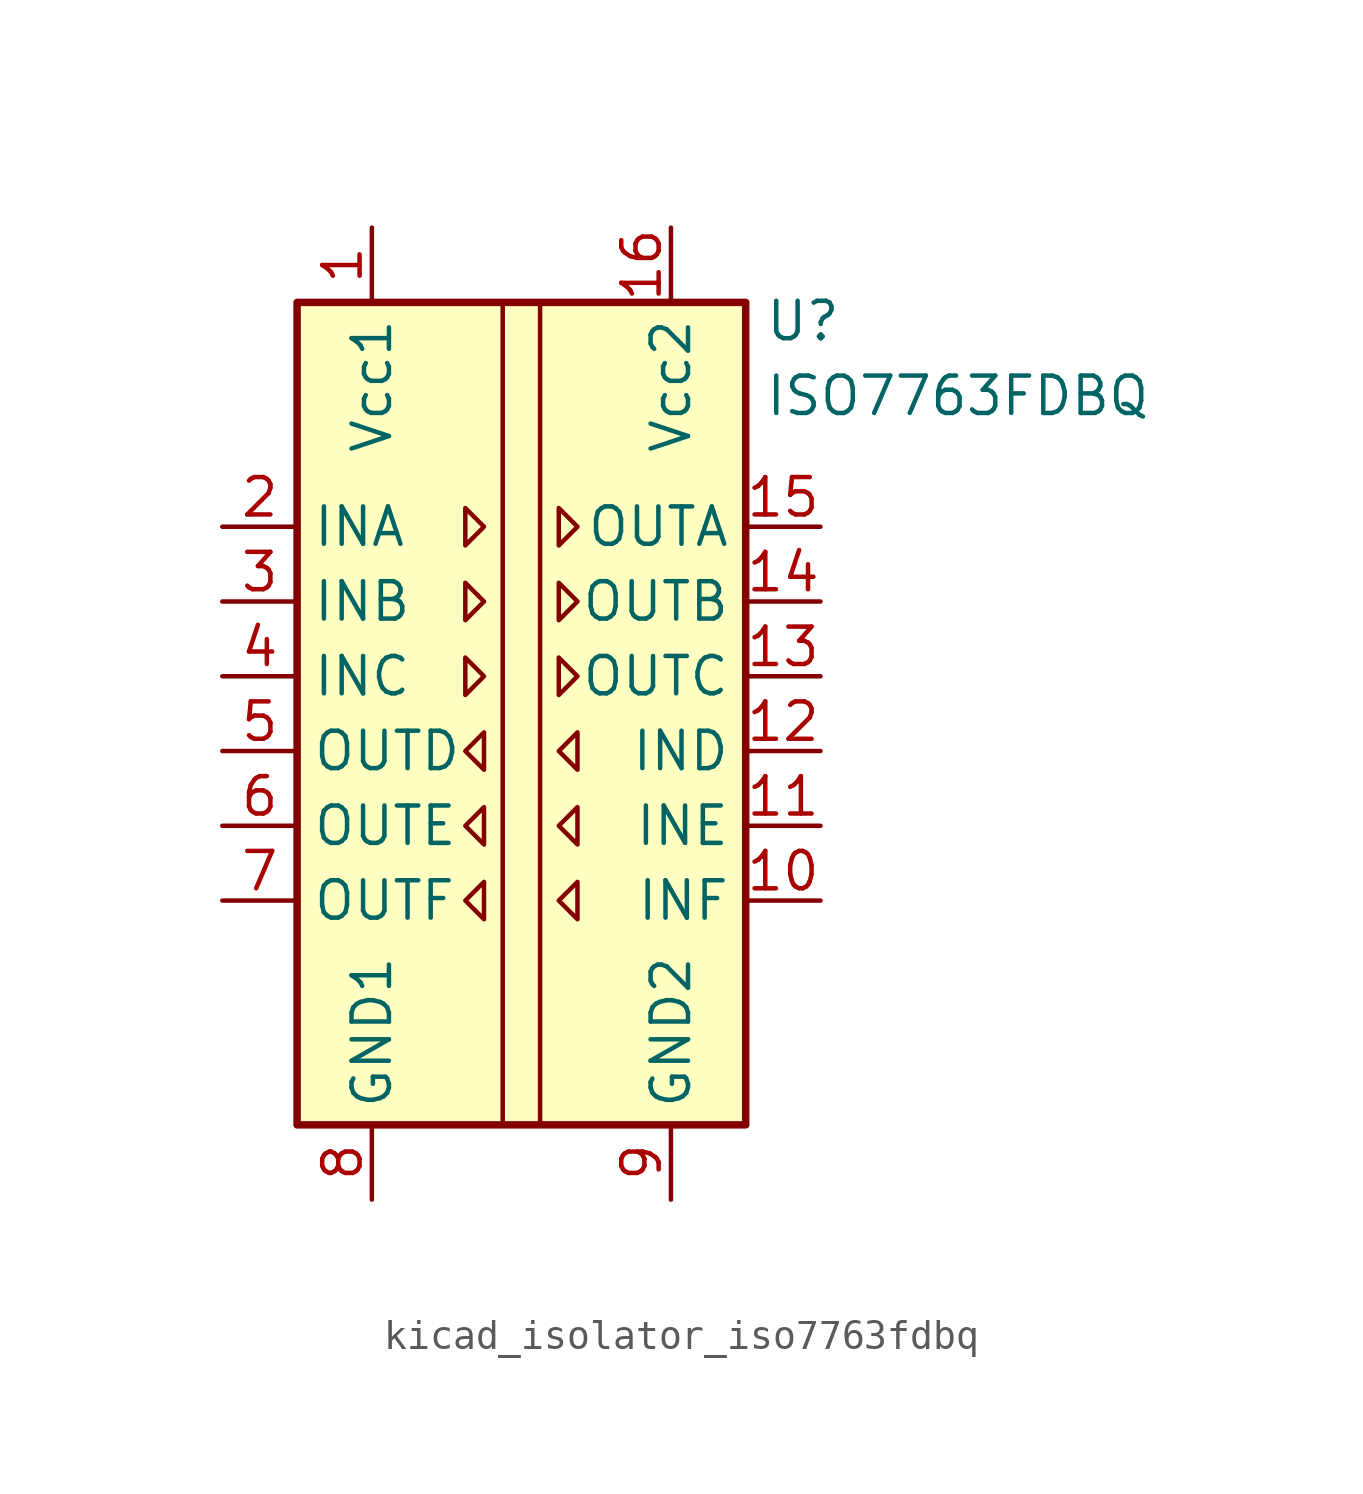
<source format=kicad_sym>
(kicad_symbol_lib
  (version 20220914)
  (generator kicad_symbol_editor)
  (symbol "kicad_isolator_iso7763fdbq"
    (property "Reference" "U"
      (at 8.255 14.605 0)
      (effects (font (size 1.27 1.27)) (justify left)))
    (property "Value" "ISO7763FDBQ"
      (at 8.255 12.065 0)
      (effects (font (size 1.27 1.27)) (justify left)))
    (symbol "kicad_isolator_iso7763fdbq_0_1"
      (rectangle (start -7.62 15.24) (end 7.62 -12.7) (stroke (width 0.254) (type default)) (fill (type background)))
      (polyline (pts (xy -0.635 15.24) (xy -0.635 -12.7)) (stroke (width 0) (type default)) (fill (type none)))
      (polyline (pts (xy 0.635 15.24) (xy 0.635 -12.7)) (stroke (width 0) (type default)) (fill (type none)))
      (polyline (pts (xy -1.905 8.255) (xy -1.27 7.62) (xy -1.905 6.985) (xy -1.905 8.255)) (stroke (width 0) (type default)) (fill (type none)))
      (polyline (pts (xy 1.27 8.255) (xy 1.905 7.62) (xy 1.27 6.985) (xy 1.27 8.255)) (stroke (width 0) (type default)) (fill (type none))))
    (symbol "kicad_isolator_iso7763fdbq_1_1"
      (polyline (pts (xy -1.905 3.175) (xy -1.27 2.54) (xy -1.905 1.905) (xy -1.905 3.175)) (stroke (width 0) (type default)) (fill (type none)))
      (polyline (pts (xy -1.905 5.715) (xy -1.27 5.08) (xy -1.905 4.445) (xy -1.905 5.715)) (stroke (width 0) (type default)) (fill (type none)))
      (polyline (pts (xy -1.27 -4.445) (xy -1.905 -5.08) (xy -1.27 -5.715) (xy -1.27 -4.445)) (stroke (width 0) (type default)) (fill (type none)))
      (polyline (pts (xy -1.27 -1.905) (xy -1.905 -2.54) (xy -1.27 -3.175) (xy -1.27 -1.905)) (stroke (width 0) (type default)) (fill (type none)))
      (polyline (pts (xy -1.27 0.635) (xy -1.905 0) (xy -1.27 -0.635) (xy -1.27 0.635)) (stroke (width 0) (type default)) (fill (type none)))
      (polyline (pts (xy 1.27 3.175) (xy 1.905 2.54) (xy 1.27 1.905) (xy 1.27 3.175)) (stroke (width 0) (type default)) (fill (type none)))
      (polyline (pts (xy 1.27 5.715) (xy 1.905 5.08) (xy 1.27 4.445) (xy 1.27 5.715)) (stroke (width 0) (type default)) (fill (type none)))
      (polyline (pts (xy 1.905 -4.445) (xy 1.27 -5.08) (xy 1.905 -5.715) (xy 1.905 -4.445)) (stroke (width 0) (type default)) (fill (type none)))
      (polyline (pts (xy 1.905 -1.905) (xy 1.27 -2.54) (xy 1.905 -3.175) (xy 1.905 -1.905)) (stroke (width 0) (type default)) (fill (type none)))
      (polyline (pts (xy 1.905 0.635) (xy 1.27 0) (xy 1.905 -0.635) (xy 1.905 0.635)) (stroke (width 0) (type default)) (fill (type none)))
      (pin power_in line (at -5.08 17.78 270) (length 2.54) (name "Vcc1" (effects (font (size 1.27 1.27)))) (number "1" (effects (font (size 1.27 1.27)))))
      (pin input line (at 10.16 -5.08 180) (length 2.54) (name "INF" (effects (font (size 1.27 1.27)))) (number "10" (effects (font (size 1.27 1.27)))))
      (pin input line (at 10.16 -2.54 180) (length 2.54) (name "INE" (effects (font (size 1.27 1.27)))) (number "11" (effects (font (size 1.27 1.27)))))
      (pin input line (at 10.16 0 180) (length 2.54) (name "IND" (effects (font (size 1.27 1.27)))) (number "12" (effects (font (size 1.27 1.27)))))
      (pin output line (at 10.16 2.54 180) (length 2.54) (name "OUTC" (effects (font (size 1.27 1.27)))) (number "13" (effects (font (size 1.27 1.27)))))
      (pin output line (at 10.16 5.08 180) (length 2.54) (name "OUTB" (effects (font (size 1.27 1.27)))) (number "14" (effects (font (size 1.27 1.27)))))
      (pin output line (at 10.16 7.62 180) (length 2.54) (name "OUTA" (effects (font (size 1.27 1.27)))) (number "15" (effects (font (size 1.27 1.27)))))
      (pin power_in line (at 5.08 17.78 270) (length 2.54) (name "Vcc2" (effects (font (size 1.27 1.27)))) (number "16" (effects (font (size 1.27 1.27)))))
      (pin input line (at -10.16 7.62 0) (length 2.54) (name "INA" (effects (font (size 1.27 1.27)))) (number "2" (effects (font (size 1.27 1.27)))))
      (pin input line (at -10.16 5.08 0) (length 2.54) (name "INB" (effects (font (size 1.27 1.27)))) (number "3" (effects (font (size 1.27 1.27)))))
      (pin input line (at -10.16 2.54 0) (length 2.54) (name "INC" (effects (font (size 1.27 1.27)))) (number "4" (effects (font (size 1.27 1.27)))))
      (pin output line (at -10.16 0 0) (length 2.54) (name "OUTD" (effects (font (size 1.27 1.27)))) (number "5" (effects (font (size 1.27 1.27)))))
      (pin output line (at -10.16 -2.54 0) (length 2.54) (name "OUTE" (effects (font (size 1.27 1.27)))) (number "6" (effects (font (size 1.27 1.27)))))
      (pin output line (at -10.16 -5.08 0) (length 2.54) (name "OUTF" (effects (font (size 1.27 1.27)))) (number "7" (effects (font (size 1.27 1.27)))))
      (pin power_in line (at -5.08 -15.24 90) (length 2.54) (name "GND1" (effects (font (size 1.27 1.27)))) (number "8" (effects (font (size 1.27 1.27)))))
      (pin power_in line (at 5.08 -15.24 90) (length 2.54) (name "GND2" (effects (font (size 1.27 1.27)))) (number "9" (effects (font (size 1.27 1.27))))))))
</source>
